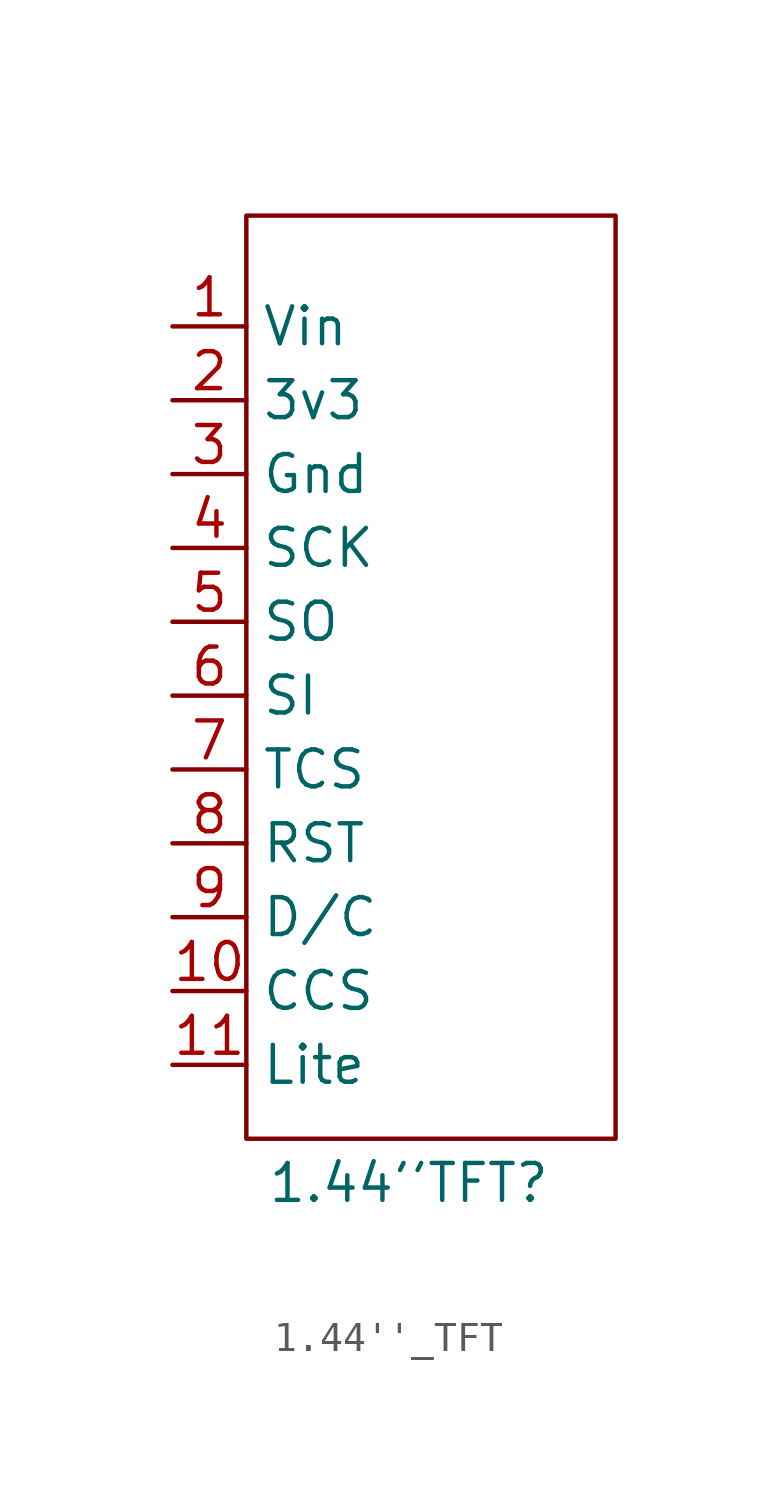
<source format=kicad_sym>
(kicad_symbol_lib
  (version 20231120)
  (generator "kicad_symbol_editor")
  (generator_version "8.0")
  (symbol "1.44''_TFT"
    (property "Reference" "1.44''TFT"
      (at 1.778 3.556 0)
      (effects (font (size 1.27 1.27))))
    (property "Value" ""
      (at 1.778 3.556 0)
      (effects (font (size 1.27 1.27))))
    (symbol "1.44''_TFT_0_1"
      (rectangle (start -3.81 36.83) (end 8.89 5.08) (stroke (width 0) (type default)) (fill (type none))))
    (symbol "1.44''_TFT_1_1"
      (pin power_in line (at -6.35 33.02 0) (length 2.54) (name "Vin" (effects (font (size 1.27 1.27)))) (number "1" (effects (font (size 1.27 1.27)))))
      (pin input line (at -6.35 10.16 0) (length 2.54) (name "CCS" (effects (font (size 1.27 1.27)))) (number "10" (effects (font (size 1.27 1.27)))))
      (pin input line (at -6.35 7.62 0) (length 2.54) (name "Lite" (effects (font (size 1.27 1.27)))) (number "11" (effects (font (size 1.27 1.27)))))
      (pin power_in line (at -6.35 30.48 0) (length 2.54) (name "3v3" (effects (font (size 1.27 1.27)))) (number "2" (effects (font (size 1.27 1.27)))))
      (pin power_in line (at -6.35 27.94 0) (length 2.54) (name "Gnd" (effects (font (size 1.27 1.27)))) (number "3" (effects (font (size 1.27 1.27)))))
      (pin input line (at -6.35 25.4 0) (length 2.54) (name "SCK" (effects (font (size 1.27 1.27)))) (number "4" (effects (font (size 1.27 1.27)))))
      (pin output line (at -6.35 22.86 0) (length 2.54) (name "SO" (effects (font (size 1.27 1.27)))) (number "5" (effects (font (size 1.27 1.27)))))
      (pin input line (at -6.35 20.32 0) (length 2.54) (name "SI" (effects (font (size 1.27 1.27)))) (number "6" (effects (font (size 1.27 1.27)))))
      (pin input line (at -6.35 17.78 0) (length 2.54) (name "TCS" (effects (font (size 1.27 1.27)))) (number "7" (effects (font (size 1.27 1.27)))))
      (pin input line (at -6.35 15.24 0) (length 2.54) (name "RST" (effects (font (size 1.27 1.27)))) (number "8" (effects (font (size 1.27 1.27)))))
      (pin input line (at -6.35 12.7 0) (length 2.54) (name "D/C" (effects (font (size 1.27 1.27)))) (number "9" (effects (font (size 1.27 1.27))))))))
</source>
